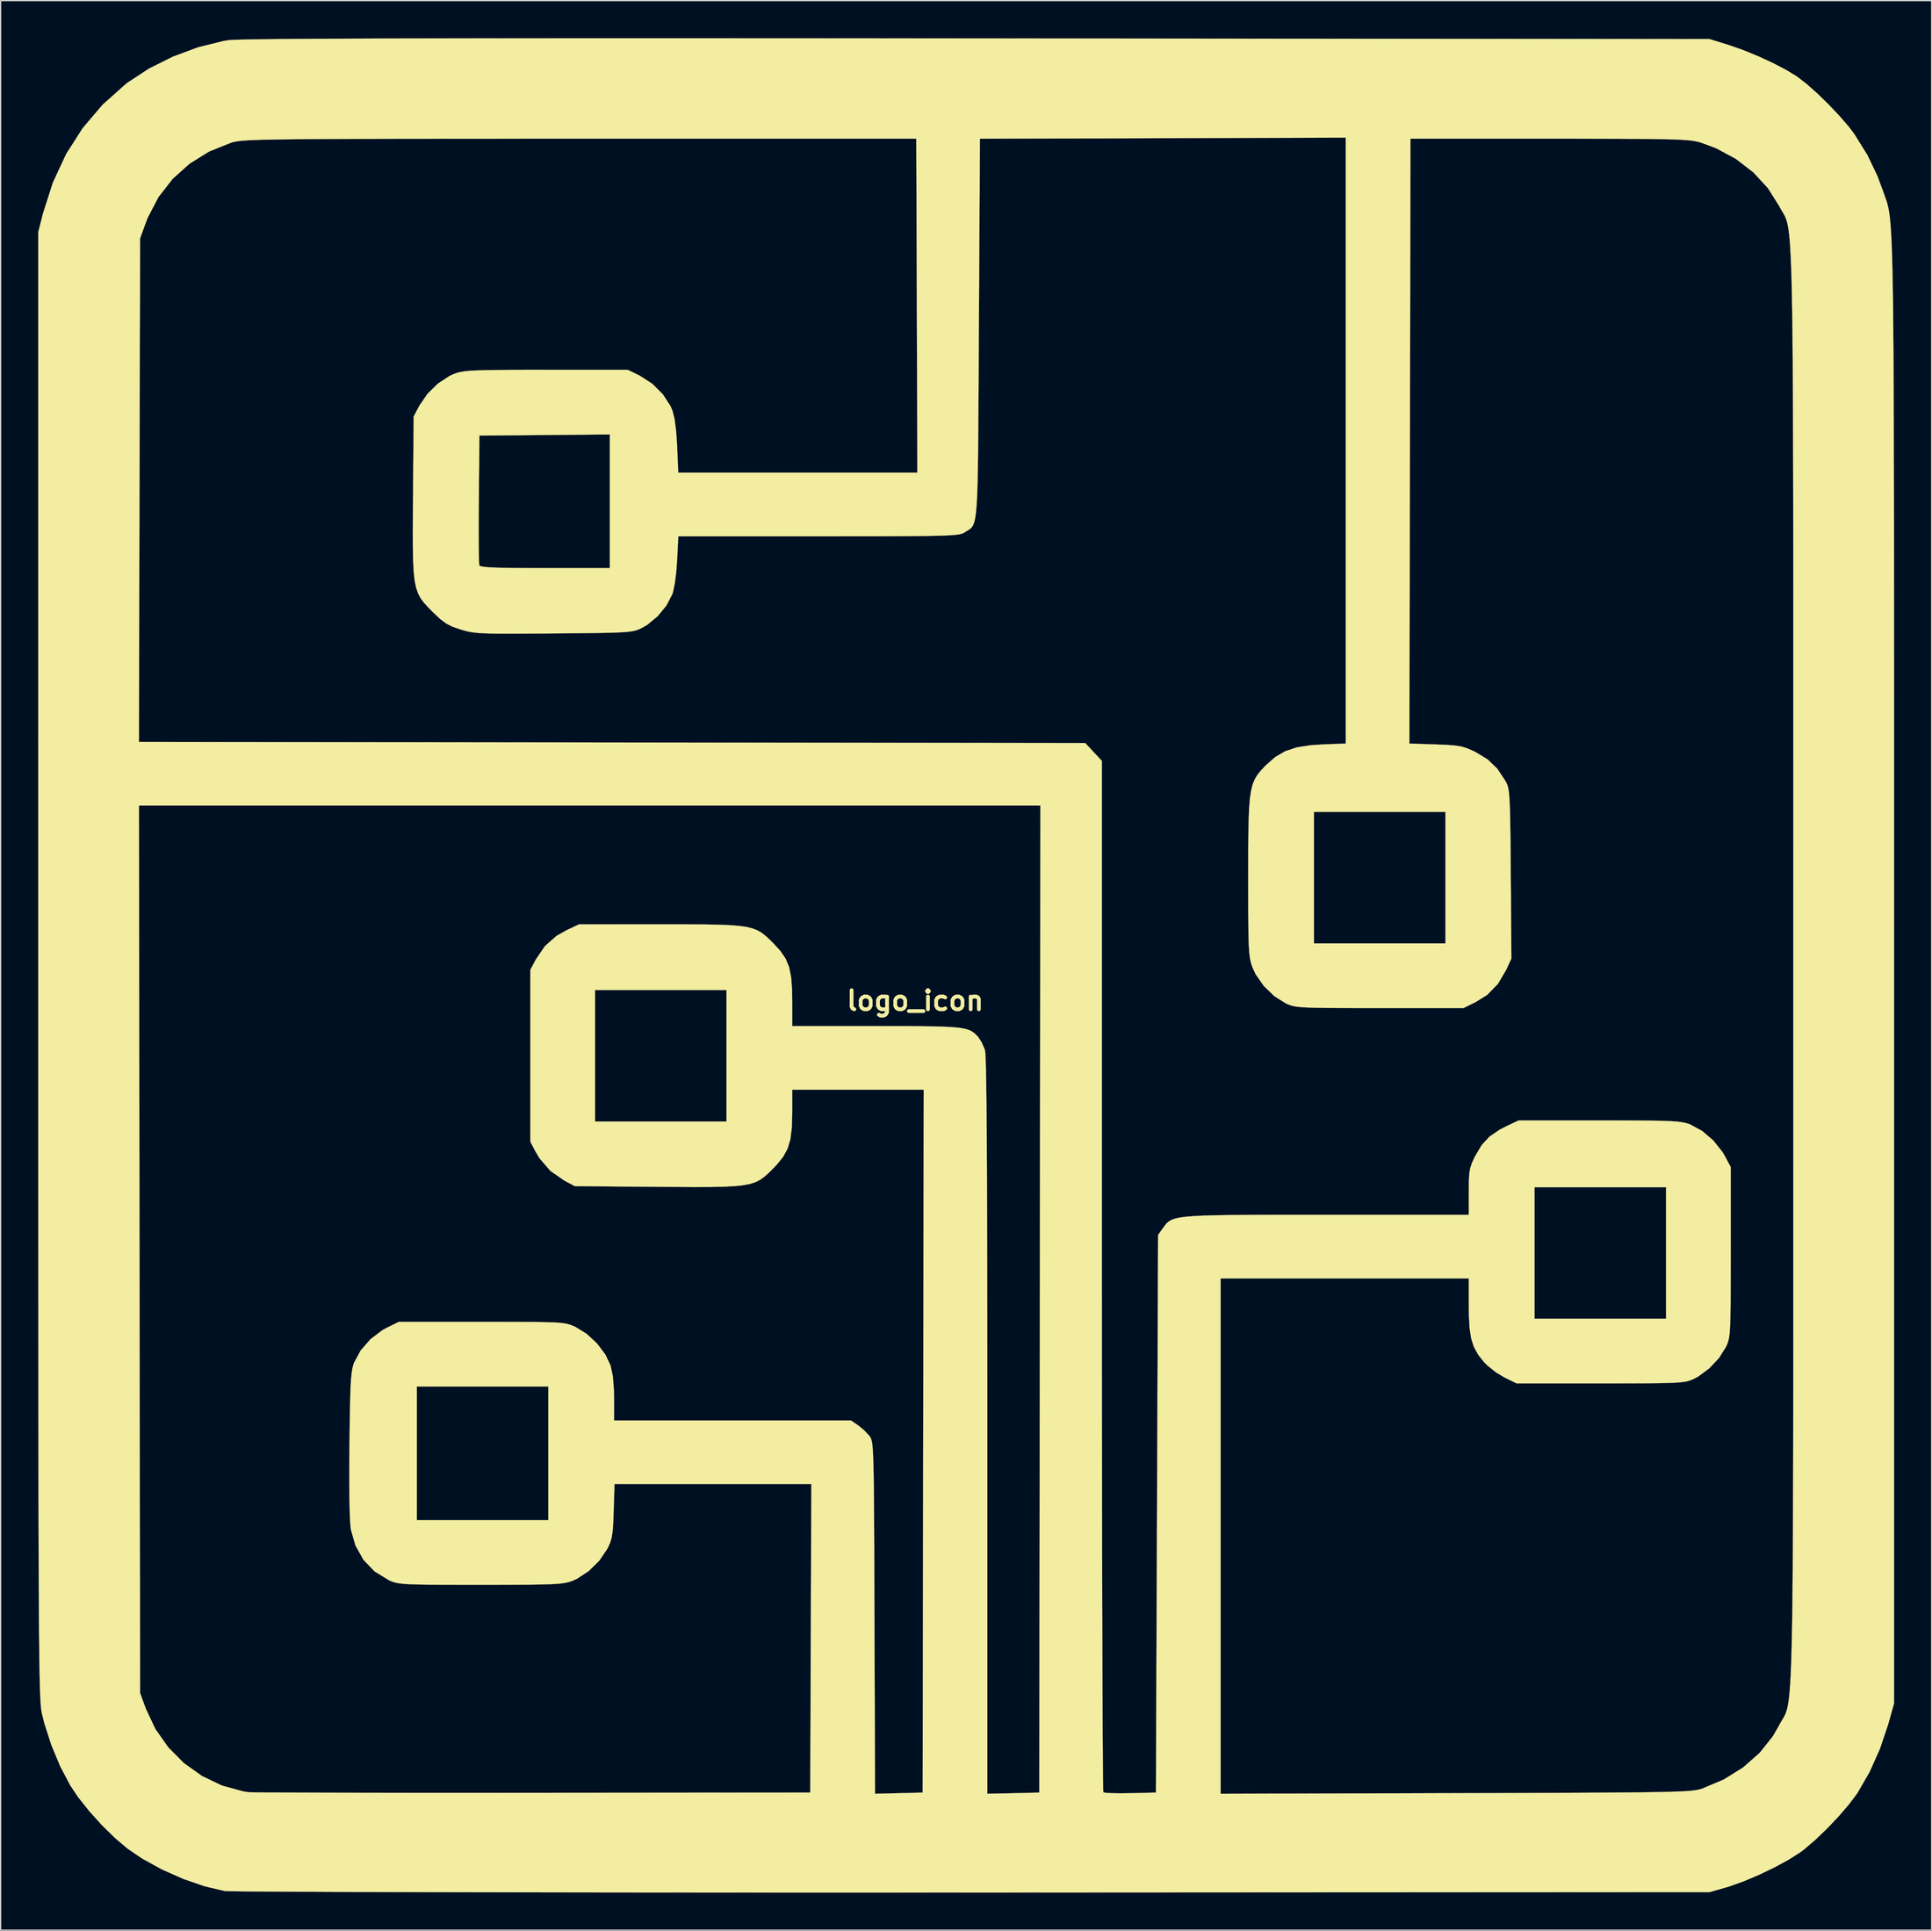
<source format=kicad_pcb>
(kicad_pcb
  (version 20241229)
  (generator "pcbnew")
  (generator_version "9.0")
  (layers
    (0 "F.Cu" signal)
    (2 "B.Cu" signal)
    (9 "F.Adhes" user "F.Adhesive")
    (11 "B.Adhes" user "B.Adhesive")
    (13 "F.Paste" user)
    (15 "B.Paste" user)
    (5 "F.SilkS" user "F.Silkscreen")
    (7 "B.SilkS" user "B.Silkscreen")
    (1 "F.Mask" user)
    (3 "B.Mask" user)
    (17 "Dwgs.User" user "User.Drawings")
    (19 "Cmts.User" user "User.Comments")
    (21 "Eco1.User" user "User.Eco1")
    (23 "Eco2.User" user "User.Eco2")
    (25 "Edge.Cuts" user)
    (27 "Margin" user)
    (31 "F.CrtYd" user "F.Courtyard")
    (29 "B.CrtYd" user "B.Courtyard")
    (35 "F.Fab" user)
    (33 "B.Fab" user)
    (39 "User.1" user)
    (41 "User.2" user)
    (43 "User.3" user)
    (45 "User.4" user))
  (footprint "logo_icon"
    (layer "F.Cu")
    (at 70.024 76.863)
    (property "Reference" "logo_icon" (at 0 0 0) (layer "F.SilkS") (effects (font (size 1.524 1.524) (thickness 0.3))))
    (attr through_hole)
    (fp_poly (pts (xy -17.943 -76.858) (xy -13.405 -76.856) (xy -8.555 -76.854) (xy -3.384 -76.851) (xy 2.113 -76.846) (xy 4.911 -76.844) (xy 63.415 -76.793) (xy 64.939 -76.322) (xy 66.059 -75.932) (xy 67.269 -75.438) (xy 68.464 -74.886) (xy 69.542 -74.325) (xy 70.398 -73.803) (xy 70.404 -73.798) (xy 71.157 -73.217) (xy 72.029 -72.443) (xy 72.938 -71.558) (xy 73.804 -70.643) (xy 74.547 -69.779) (xy 74.98 -69.204) (xy 76.02 -67.532) (xy 76.827 -65.847) (xy 77.268 -64.658) (xy 77.347 -64.429) (xy 77.421 -64.224) (xy 77.49 -64.031) (xy 77.555 -63.839) (xy 77.615 -63.638) (xy 77.671 -63.417) (xy 77.723 -63.164) (xy 77.772 -62.87) (xy 77.816 -62.523) (xy 77.857 -62.113) (xy 77.894 -61.629) (xy 77.928 -61.059) (xy 77.959 -60.394) (xy 77.987 -59.622) (xy 78.012 -58.733) (xy 78.034 -57.715) (xy 78.054 -56.559) (xy 78.071 -55.252) (xy 78.086 -53.785) (xy 78.099 -52.147) (xy 78.11 -50.326) (xy 78.119 -48.313) (xy 78.127 -46.095) (xy 78.133 -43.663) (xy 78.138 -41.006) (xy 78.142 -38.112) (xy 78.144 -34.971) (xy 78.146 -31.573) (xy 78.147 -27.905) (xy 78.148 -23.959) (xy 78.148 -19.722) (xy 78.148 -15.184) (xy 78.148 -10.334) (xy 78.147 -5.162) (xy 78.147 -2.54) (xy 78.147 56.134) (xy 77.673 57.821) (xy 77.023 59.752) (xy 76.196 61.6) (xy 75.247 63.245) (xy 75.176 63.351) (xy 74.533 64.207) (xy 73.706 65.167) (xy 72.778 66.142) (xy 71.836 67.045) (xy 70.965 67.787) (xy 70.673 68.006) (xy 69.761 68.59) (xy 68.629 69.207) (xy 67.388 69.805) (xy 66.145 70.332) (xy 65.009 70.737) (xy 64.77 70.809) (xy 63.415 71.198) (xy 4.572 71.225) (xy 0.119 71.226) (xy -4.25 71.227) (xy -8.525 71.227) (xy -12.692 71.226) (xy -16.738 71.224) (xy -20.652 71.222) (xy -24.422 71.219) (xy -28.033 71.215) (xy -31.476 71.21) (xy -34.736 71.205) (xy -37.801 71.2) (xy -40.66 71.193) (xy -43.299 71.186) (xy -45.707 71.179) (xy -47.87 71.171) (xy -49.777 71.162) (xy -51.415 71.153) (xy -52.772 71.144) (xy -53.835 71.134) (xy -54.591 71.123) (xy -55.03 71.113) (xy -55.136 71.106) (xy -56.733 70.73) (xy -58.435 70.142) (xy -60.131 69.391) (xy -61.708 68.525) (xy -62.857 67.746) (xy -63.867 66.897) (xy -64.923 65.862) (xy -65.94 64.736) (xy -66.833 63.612) (xy -67.461 62.679) (xy -68.261 61.158) (xy -68.972 59.452) (xy -69.535 57.709) (xy -69.727 56.936) (xy -69.754 56.803) (xy -69.779 56.642) (xy -69.802 56.443) (xy -69.823 56.194) (xy -69.844 55.886) (xy -69.862 55.507) (xy -69.88 55.046) (xy -69.896 54.493) (xy -69.911 53.838) (xy -69.924 53.069) (xy -69.937 52.175) (xy -69.948 51.147) (xy -69.958 49.974) (xy -69.967 48.644) (xy -69.976 47.147) (xy -69.983 45.472) (xy -69.989 43.609) (xy -69.995 41.547) (xy -70 39.275) (xy -70.004 36.783) (xy -70.008 34.059) (xy -70.011 31.094) (xy -70.013 27.876) (xy -70.015 24.395) (xy -70.017 20.64) (xy -70.018 16.6) (xy -70.019 12.265) (xy -70.019 7.623) (xy -70.019 2.665) (xy -70.019 -2.62) (xy -70.019 -15.579) (xy -61.98 -15.579) (xy -61.936 19.854) (xy -61.891 55.287) (xy -61.435 56.537) (xy -60.667 58.172) (xy -59.638 59.635) (xy -58.385 60.895) (xy -56.945 61.921) (xy -55.357 62.683) (xy -53.657 63.15) (xy -53.255 63.213) (xy -53.026 63.221) (xy -52.479 63.229) (xy -51.634 63.236) (xy -50.511 63.242) (xy -49.131 63.248) (xy -47.515 63.253) (xy -45.683 63.257) (xy -43.655 63.26) (xy -41.451 63.263) (xy -39.093 63.265) (xy -36.6 63.265) (xy -33.993 63.265) (xy -31.292 63.264) (xy -30.565 63.263) (xy -8.382 63.246) (xy -8.339 50.927) (xy -8.295 38.608) (xy -24.011 38.608) (xy -24.077 40.767) (xy -24.111 41.695) (xy -24.159 42.366) (xy -24.233 42.859) (xy -24.347 43.257) (xy -24.515 43.639) (xy -24.586 43.779) (xy -25.228 44.726) (xy -26.069 45.555) (xy -27.01 46.174) (xy -27.357 46.329) (xy -27.593 46.411) (xy -27.853 46.479) (xy -28.172 46.532) (xy -28.586 46.573) (xy -29.132 46.604) (xy -29.844 46.625) (xy -30.759 46.639) (xy -31.912 46.647) (xy -33.339 46.651) (xy -34.713 46.651) (xy -36.375 46.651) (xy -37.733 46.648) (xy -38.823 46.64) (xy -39.682 46.627) (xy -40.343 46.606) (xy -40.843 46.576) (xy -41.217 46.534) (xy -41.5 46.48) (xy -41.729 46.41) (xy -41.938 46.325) (xy -42.015 46.289) (xy -43.16 45.587) (xy -44.055 44.657) (xy -44.695 43.506) (xy -45.057 42.251) (xy -45.108 41.774) (xy -45.147 40.983) (xy -45.173 39.904) (xy -45.186 38.561) (xy -45.184 36.979) (xy -45.172 35.5) (xy -45.153 33.908) (xy -45.132 32.616) (xy -45.108 31.587) (xy -45.079 30.819) (xy -39.793 30.819) (xy -39.793 41.487) (xy -29.295 41.487) (xy -29.295 30.819) (xy -39.793 30.819) (xy -45.079 30.819) (xy -45.078 30.783) (xy -45.04 30.167) (xy -44.992 29.701) (xy -44.932 29.346) (xy -44.859 29.066) (xy -44.809 28.923) (xy -44.276 27.935) (xy -43.491 27.034) (xy -42.538 26.313) (xy -42.2 26.129) (xy -41.233 25.654) (xy -34.629 25.654) (xy -32.96 25.654) (xy -31.595 25.657) (xy -30.497 25.663) (xy -29.632 25.675) (xy -28.962 25.694) (xy -28.454 25.723) (xy -28.071 25.764) (xy -27.778 25.818) (xy -27.539 25.888) (xy -27.319 25.974) (xy -27.132 26.057) (xy -26.241 26.604) (xy -25.415 27.369) (xy -24.745 28.254) (xy -24.332 29.122) (xy -24.146 29.978) (xy -24.056 31.112) (xy -24.045 31.769) (xy -24.045 33.528) (xy -5.13 33.528) (xy -4.57 33.909) (xy -4.095 34.296) (xy -3.686 34.729) (xy -3.656 34.768) (xy -3.593 34.858) (xy -3.538 34.961) (xy -3.49 35.099) (xy -3.448 35.295) (xy -3.413 35.57) (xy -3.384 35.947) (xy -3.359 36.448) (xy -3.338 37.096) (xy -3.321 37.911) (xy -3.307 38.918) (xy -3.296 40.137) (xy -3.286 41.591) (xy -3.277 43.303) (xy -3.27 45.294) (xy -3.262 47.587) (xy -3.256 49.294) (xy -3.21 63.342) (xy -1.309 63.294) (xy 0.593 63.246) (xy 0.635 35.179) (xy 0.678 7.112) (xy -9.821 7.112) (xy -9.821 8.945) (xy -9.853 10.13) (xy -9.967 11.061) (xy -10.189 11.815) (xy -10.547 12.474) (xy -11.067 13.115) (xy -11.334 13.393) (xy -11.699 13.753) (xy -12.03 14.051) (xy -12.363 14.294) (xy -12.732 14.486) (xy -13.172 14.632) (xy -13.717 14.74) (xy -14.403 14.813) (xy -15.264 14.858) (xy -16.334 14.88) (xy -17.648 14.884) (xy -19.241 14.876) (xy -20.598 14.867) (xy -27.178 14.817) (xy -28.025 14.366) (xy -29.129 13.598) (xy -30 12.587) (xy -30.335 12.023) (xy -30.734 11.261) (xy -30.734 -0.847) (xy -25.569 -0.847) (xy -25.569 9.652) (xy -15.071 9.652) (xy -15.071 -0.847) (xy -25.569 -0.847) (xy -30.734 -0.847) (xy -30.734 -2.455) (xy -30.283 -3.302) (xy -29.563 -4.359) (xy -28.638 -5.174) (xy -27.771 -5.661) (xy -26.839 -6.093) (xy -20.392 -6.094) (xy -18.598 -6.094) (xy -17.107 -6.088) (xy -15.885 -6.07) (xy -14.895 -6.034) (xy -14.104 -5.975) (xy -13.476 -5.887) (xy -12.976 -5.763) (xy -12.568 -5.599) (xy -12.218 -5.388) (xy -11.891 -5.124) (xy -11.55 -4.801) (xy -11.333 -4.585) (xy -10.761 -3.959) (xy -10.35 -3.353) (xy -10.075 -2.692) (xy -9.912 -1.901) (xy -9.836 -0.905) (xy -9.821 0.03) (xy -9.821 2.032) (xy -3.127 2.032) (xy -1.353 2.033) (xy 0.115 2.039) (xy 1.31 2.053) (xy 2.265 2.078) (xy 3.013 2.119) (xy 3.588 2.178) (xy 4.021 2.259) (xy 4.346 2.366) (xy 4.595 2.502) (xy 4.803 2.671) (xy 5 2.876) (xy 5.021 2.899) (xy 5.308 3.334) (xy 5.543 3.884) (xy 5.571 3.979) (xy 5.597 4.201) (xy 5.621 4.671) (xy 5.642 5.397) (xy 5.662 6.385) (xy 5.68 7.643) (xy 5.695 9.176) (xy 5.709 10.992) (xy 5.721 13.096) (xy 5.731 15.496) (xy 5.74 18.199) (xy 5.746 21.211) (xy 5.751 24.538) (xy 5.755 28.188) (xy 5.756 32.167) (xy 5.756 33.999) (xy 5.757 63.341) (xy 7.832 63.294) (xy 9.906 63.246) (xy 9.949 23.834) (xy 9.991 -15.579) (xy -61.98 -15.579) (xy -70.019 -15.579) (xy -70.019 -20.661) (xy -61.983 -20.661) (xy -24.206 -20.617) (xy 13.571 -20.574) (xy 14.236 -19.861) (xy 14.901 -19.148) (xy 14.901 21.979) (xy 14.902 25.688) (xy 14.903 29.308) (xy 14.906 32.825) (xy 14.909 36.223) (xy 14.913 39.489) (xy 14.917 42.607) (xy 14.923 45.564) (xy 14.929 48.344) (xy 14.936 50.932) (xy 14.943 53.315) (xy 14.951 55.478) (xy 14.959 57.406) (xy 14.968 59.084) (xy 14.977 60.498) (xy 14.987 61.633) (xy 14.997 62.475) (xy 15.007 63.009) (xy 15.018 63.22) (xy 15.019 63.223) (xy 15.225 63.265) (xy 15.699 63.292) (xy 16.371 63.302) (xy 17.17 63.293) (xy 17.178 63.293) (xy 19.219 63.246) (xy 19.304 40.979) (xy 19.389 18.711) (xy 19.767 18.18) (xy 19.914 17.976) (xy 20.058 17.799) (xy 20.223 17.648) (xy 20.433 17.521) (xy 20.714 17.415) (xy 21.089 17.328) (xy 21.583 17.26) (xy 22.22 17.207) (xy 23.024 17.167) (xy 24.019 17.139) (xy 25.23 17.121) (xy 26.682 17.11) (xy 28.398 17.104) (xy 30.402 17.103) (xy 32.72 17.103) (xy 32.854 17.103) (xy 44.196 17.103) (xy 44.196 15.267) (xy 44.199 14.901) (xy 49.445 14.901) (xy 49.445 25.4) (xy 59.944 25.4) (xy 59.944 14.901) (xy 49.445 14.901) (xy 44.199 14.901) (xy 44.203 14.429) (xy 44.236 13.831) (xy 44.312 13.374) (xy 44.45 12.96) (xy 44.667 12.489) (xy 44.714 12.395) (xy 45.236 11.522) (xy 45.861 10.85) (xy 46.681 10.293) (xy 47.244 10.006) (xy 48.175 9.567) (xy 54.61 9.567) (xy 56.273 9.568) (xy 57.633 9.573) (xy 58.726 9.582) (xy 59.589 9.597) (xy 60.258 9.621) (xy 60.768 9.654) (xy 61.156 9.699) (xy 61.457 9.756) (xy 61.709 9.828) (xy 61.881 9.89) (xy 62.832 10.408) (xy 63.722 11.171) (xy 64.453 12.088) (xy 64.658 12.439) (xy 65.109 13.293) (xy 65.109 20.066) (xy 65.108 21.762) (xy 65.105 23.153) (xy 65.099 24.276) (xy 65.086 25.163) (xy 65.067 25.851) (xy 65.038 26.373) (xy 64.999 26.764) (xy 64.948 27.059) (xy 64.883 27.293) (xy 64.802 27.5) (xy 64.745 27.627) (xy 64.183 28.526) (xy 63.401 29.362) (xy 62.512 30.021) (xy 62.171 30.201) (xy 61.962 30.292) (xy 61.747 30.367) (xy 61.492 30.427) (xy 61.161 30.473) (xy 60.719 30.508) (xy 60.132 30.532) (xy 59.364 30.548) (xy 58.381 30.558) (xy 57.148 30.563) (xy 55.629 30.565) (xy 54.695 30.565) (xy 48.006 30.565) (xy 47.038 30.089) (xy 46.354 29.675) (xy 45.692 29.146) (xy 45.4 28.852) (xy 44.941 28.268) (xy 44.611 27.671) (xy 44.39 26.99) (xy 44.261 26.156) (xy 44.204 25.097) (xy 44.196 24.354) (xy 44.196 22.183) (xy 24.384 22.183) (xy 24.384 63.341) (xy 43.138 63.291) (xy 46.069 63.284) (xy 48.681 63.276) (xy 50.994 63.268) (xy 53.026 63.259) (xy 54.797 63.25) (xy 56.328 63.239) (xy 57.636 63.227) (xy 58.742 63.213) (xy 59.665 63.196) (xy 60.425 63.177) (xy 61.041 63.155) (xy 61.533 63.129) (xy 61.919 63.1) (xy 62.22 63.066) (xy 62.455 63.028) (xy 62.644 62.985) (xy 62.806 62.937) (xy 62.823 62.932) (xy 64.55 62.203) (xy 66.092 61.243) (xy 67.412 60.082) (xy 68.475 58.749) (xy 68.961 57.905) (xy 69.064 57.709) (xy 69.161 57.542) (xy 69.252 57.392) (xy 69.337 57.249) (xy 69.417 57.102) (xy 69.49 56.94) (xy 69.558 56.752) (xy 69.621 56.528) (xy 69.679 56.257) (xy 69.732 55.927) (xy 69.781 55.529) (xy 69.825 55.051) (xy 69.865 54.483) (xy 69.902 53.814) (xy 69.934 53.032) (xy 69.963 52.128) (xy 69.988 51.091) (xy 70.011 49.909) (xy 70.03 48.572) (xy 70.046 47.069) (xy 70.061 45.389) (xy 70.072 43.522) (xy 70.082 41.456) (xy 70.089 39.182) (xy 70.095 36.688) (xy 70.1 33.963) (xy 70.103 30.996) (xy 70.105 27.778) (xy 70.106 24.296) (xy 70.106 20.541) (xy 70.106 16.501) (xy 70.105 12.166) (xy 70.105 7.524) (xy 70.104 2.566) (xy 70.104 -2.72) (xy 70.104 -2.794) (xy 70.104 -8.084) (xy 70.105 -13.047) (xy 70.105 -17.692) (xy 70.106 -22.032) (xy 70.106 -26.075) (xy 70.106 -29.834) (xy 70.105 -33.319) (xy 70.103 -36.541) (xy 70.1 -39.51) (xy 70.095 -42.238) (xy 70.089 -44.735) (xy 70.082 -47.012) (xy 70.072 -49.08) (xy 70.061 -50.95) (xy 70.047 -52.631) (xy 70.03 -54.136) (xy 70.011 -55.475) (xy 69.989 -56.659) (xy 69.964 -57.698) (xy 69.935 -58.603) (xy 69.903 -59.385) (xy 69.867 -60.056) (xy 69.828 -60.625) (xy 69.784 -61.103) (xy 69.736 -61.501) (xy 69.683 -61.831) (xy 69.625 -62.102) (xy 69.563 -62.326) (xy 69.496 -62.514) (xy 69.423 -62.675) (xy 69.344 -62.821) (xy 69.26 -62.964) (xy 69.17 -63.112) (xy 69.074 -63.278) (xy 68.973 -63.47) (xy 68.081 -64.885) (xy 66.915 -66.148) (xy 65.52 -67.224) (xy 63.94 -68.076) (xy 62.738 -68.522) (xy 62.516 -68.585) (xy 62.27 -68.638) (xy 61.973 -68.684) (xy 61.599 -68.722) (xy 61.123 -68.752) (xy 60.516 -68.777) (xy 59.753 -68.796) (xy 58.808 -68.811) (xy 57.654 -68.821) (xy 56.265 -68.828) (xy 54.614 -68.832) (xy 52.674 -68.834) (xy 50.631 -68.834) (xy 39.539 -68.834) (xy 39.496 -44.682) (xy 39.454 -20.53) (xy 41.546 -20.461) (xy 42.449 -20.425) (xy 43.103 -20.375) (xy 43.599 -20.296) (xy 44.028 -20.168) (xy 44.479 -19.975) (xy 44.754 -19.842) (xy 45.712 -19.259) (xy 46.473 -18.521) (xy 47.124 -17.541) (xy 47.178 -17.441) (xy 47.259 -17.272) (xy 47.326 -17.067) (xy 47.379 -16.795) (xy 47.422 -16.422) (xy 47.456 -15.912) (xy 47.483 -15.234) (xy 47.503 -14.352) (xy 47.52 -13.234) (xy 47.534 -11.846) (xy 47.547 -10.153) (xy 47.548 -10.107) (xy 47.597 -3.364) (xy 47.192 -2.479) (xy 46.524 -1.34) (xy 45.672 -0.465) (xy 44.735 0.12) (xy 43.773 0.593) (xy 37.084 0.593) (xy 35.401 0.592) (xy 34.021 0.589) (xy 32.91 0.583) (xy 32.032 0.57) (xy 31.354 0.55) (xy 30.84 0.521) (xy 30.454 0.482) (xy 30.162 0.429) (xy 29.929 0.363) (xy 29.721 0.28) (xy 29.596 0.223) (xy 28.67 -0.359) (xy 27.831 -1.172) (xy 27.178 -2.109) (xy 26.934 -2.636) (xy 26.844 -2.893) (xy 26.771 -3.159) (xy 26.713 -3.469) (xy 26.668 -3.862) (xy 26.635 -4.373) (xy 26.613 -5.04) (xy 26.598 -5.901) (xy 26.59 -6.991) (xy 26.586 -8.347) (xy 26.585 -9.906) (xy 26.587 -11.695) (xy 26.597 -13.181) (xy 26.619 -14.398) (xy 26.647 -15.071) (xy 31.835 -15.071) (xy 31.835 -4.572) (xy 42.333 -4.572) (xy 42.333 -15.071) (xy 31.835 -15.071) (xy 26.647 -15.071) (xy 26.66 -15.384) (xy 26.725 -16.172) (xy 26.82 -16.798) (xy 26.95 -17.298) (xy 27.122 -17.706) (xy 27.339 -18.059) (xy 27.609 -18.391) (xy 27.936 -18.739) (xy 27.982 -18.786) (xy 28.73 -19.446) (xy 29.528 -19.916) (xy 30.452 -20.225) (xy 31.578 -20.401) (xy 32.47 -20.458) (xy 34.375 -20.532) (xy 34.375 -68.921) (xy 19.77 -68.877) (xy 5.165 -68.834) (xy 5.08 -53.679) (xy 5.066 -51.028) (xy 5.053 -48.695) (xy 5.041 -46.658) (xy 5.028 -44.897) (xy 5.012 -43.391) (xy 4.992 -42.117) (xy 4.967 -41.056) (xy 4.935 -40.186) (xy 4.894 -39.487) (xy 4.844 -38.936) (xy 4.782 -38.514) (xy 4.707 -38.198) (xy 4.619 -37.969) (xy 4.514 -37.804) (xy 4.392 -37.684) (xy 4.251 -37.586) (xy 4.091 -37.49) (xy 3.946 -37.399) (xy 3.838 -37.337) (xy 3.699 -37.284) (xy 3.504 -37.238) (xy 3.229 -37.201) (xy 2.848 -37.17) (xy 2.336 -37.145) (xy 1.669 -37.125) (xy 0.821 -37.111) (xy -0.234 -37.1) (xy -1.519 -37.093) (xy -3.06 -37.088) (xy -4.881 -37.086) (xy -7.009 -37.085) (xy -7.723 -37.085) (xy -18.918 -37.084) (xy -19.012 -35.179) (xy -19.083 -34.224) (xy -19.192 -33.359) (xy -19.325 -32.687) (xy -19.387 -32.479) (xy -19.856 -31.567) (xy -20.559 -30.707) (xy -21.396 -30.013) (xy -21.798 -29.781) (xy -22.015 -29.677) (xy -22.227 -29.592) (xy -22.473 -29.524) (xy -22.787 -29.472) (xy -23.207 -29.431) (xy -23.769 -29.401) (xy -24.51 -29.378) (xy -25.465 -29.361) (xy -26.671 -29.347) (xy -28.165 -29.333) (xy -28.851 -29.327) (xy -30.48 -29.315) (xy -31.808 -29.307) (xy -32.875 -29.307) (xy -33.72 -29.315) (xy -34.381 -29.334) (xy -34.897 -29.364) (xy -35.306 -29.408) (xy -35.649 -29.467) (xy -35.962 -29.542) (xy -36.286 -29.636) (xy -36.289 -29.638) (xy -36.937 -29.859) (xy -37.442 -30.113) (xy -37.923 -30.473) (xy -38.495 -31.013) (xy -38.54 -31.058) (xy -38.922 -31.445) (xy -39.238 -31.796) (xy -39.495 -32.146) (xy -39.698 -32.531) (xy -39.853 -32.985) (xy -39.965 -33.544) (xy -40.042 -34.243) (xy -40.089 -35.118) (xy -40.111 -36.203) (xy -40.115 -37.534) (xy -40.115 -37.585) (xy -34.854 -37.585) (xy -34.852 -36.554) (xy -34.843 -35.716) (xy -34.83 -35.115) (xy -34.813 -34.795) (xy -34.806 -34.758) (xy -34.707 -34.694) (xy -34.444 -34.644) (xy -33.989 -34.605) (xy -33.313 -34.577) (xy -32.386 -34.558) (xy -31.181 -34.548) (xy -29.668 -34.544) (xy -29.554 -34.544) (xy -24.384 -34.544) (xy -24.384 -45.217) (xy -29.591 -45.172) (xy -34.798 -45.127) (xy -34.843 -40.049) (xy -34.852 -38.764) (xy -34.854 -37.585) (xy -40.115 -37.585) (xy -40.107 -39.146) (xy -40.097 -40.329) (xy -40.047 -46.651) (xy -39.597 -47.505) (xy -38.949 -48.454) (xy -38.105 -49.283) (xy -37.165 -49.9) (xy -36.82 -50.054) (xy -36.584 -50.137) (xy -36.325 -50.204) (xy -36.006 -50.258) (xy -35.591 -50.299) (xy -35.046 -50.329) (xy -34.333 -50.351) (xy -33.419 -50.365) (xy -32.265 -50.373) (xy -30.838 -50.376) (xy -29.464 -50.377) (xy -22.945 -50.377) (xy -21.977 -49.901) (xy -20.999 -49.269) (xy -20.159 -48.434) (xy -19.542 -47.486) (xy -19.38 -47.108) (xy -19.215 -46.44) (xy -19.09 -45.48) (xy -19.01 -44.271) (xy -19.009 -44.238) (xy -18.924 -42.164) (xy 0.171 -42.164) (xy 0.085 -68.834) (xy -26.755 -68.834) (xy -30.289 -68.834) (xy -33.5 -68.833) (xy -36.405 -68.832) (xy -39.02 -68.83) (xy -41.36 -68.828) (xy -43.442 -68.824) (xy -45.282 -68.819) (xy -46.896 -68.812) (xy -48.301 -68.804) (xy -49.511 -68.794) (xy -50.544 -68.782) (xy -51.416 -68.767) (xy -52.142 -68.751) (xy -52.738 -68.732) (xy -53.222 -68.71) (xy -53.608 -68.685) (xy -53.914 -68.657) (xy -54.154 -68.626) (xy -54.346 -68.591) (xy -54.505 -68.553) (xy -54.61 -68.522) (xy -56.368 -67.816) (xy -57.938 -66.841) (xy -59.295 -65.623) (xy -60.414 -64.185) (xy -61.27 -62.549) (xy -61.435 -62.125) (xy -61.891 -60.875) (xy -61.937 -40.768) (xy -61.983 -20.661) (xy -70.019 -20.661) (xy -70.019 -61.383) (xy -69.643 -62.858) (xy -68.85 -65.337) (xy -67.788 -67.619) (xy -66.462 -69.694) (xy -64.878 -71.555) (xy -63.042 -73.193) (xy -62.857 -73.335) (xy -61.167 -74.442) (xy -59.264 -75.391) (xy -57.255 -76.137) (xy -55.246 -76.635) (xy -54.864 -76.699) (xy -54.652 -76.718) (xy -54.264 -76.736) (xy -53.692 -76.752) (xy -52.93 -76.767) (xy -51.968 -76.781) (xy -50.801 -76.794) (xy -49.419 -76.805) (xy -47.816 -76.815) (xy -45.984 -76.824) (xy -43.916 -76.832) (xy -41.603 -76.839) (xy -39.039 -76.845) (xy -36.215 -76.85) (xy -33.125 -76.853) (xy -29.76 -76.856) (xy -26.113 -76.858) (xy -22.177 -76.858) (xy -17.943 -76.858)) (stroke (width 0.01) (type solid)) (fill yes) (layer "F.SilkS")))
  (gr_rect
    (start -3 -3)
    (end 151.177 151.095)
    (stroke (width 0.1) (type default))
    (fill no)
    (layer "Edge.Cuts")))
</source>
